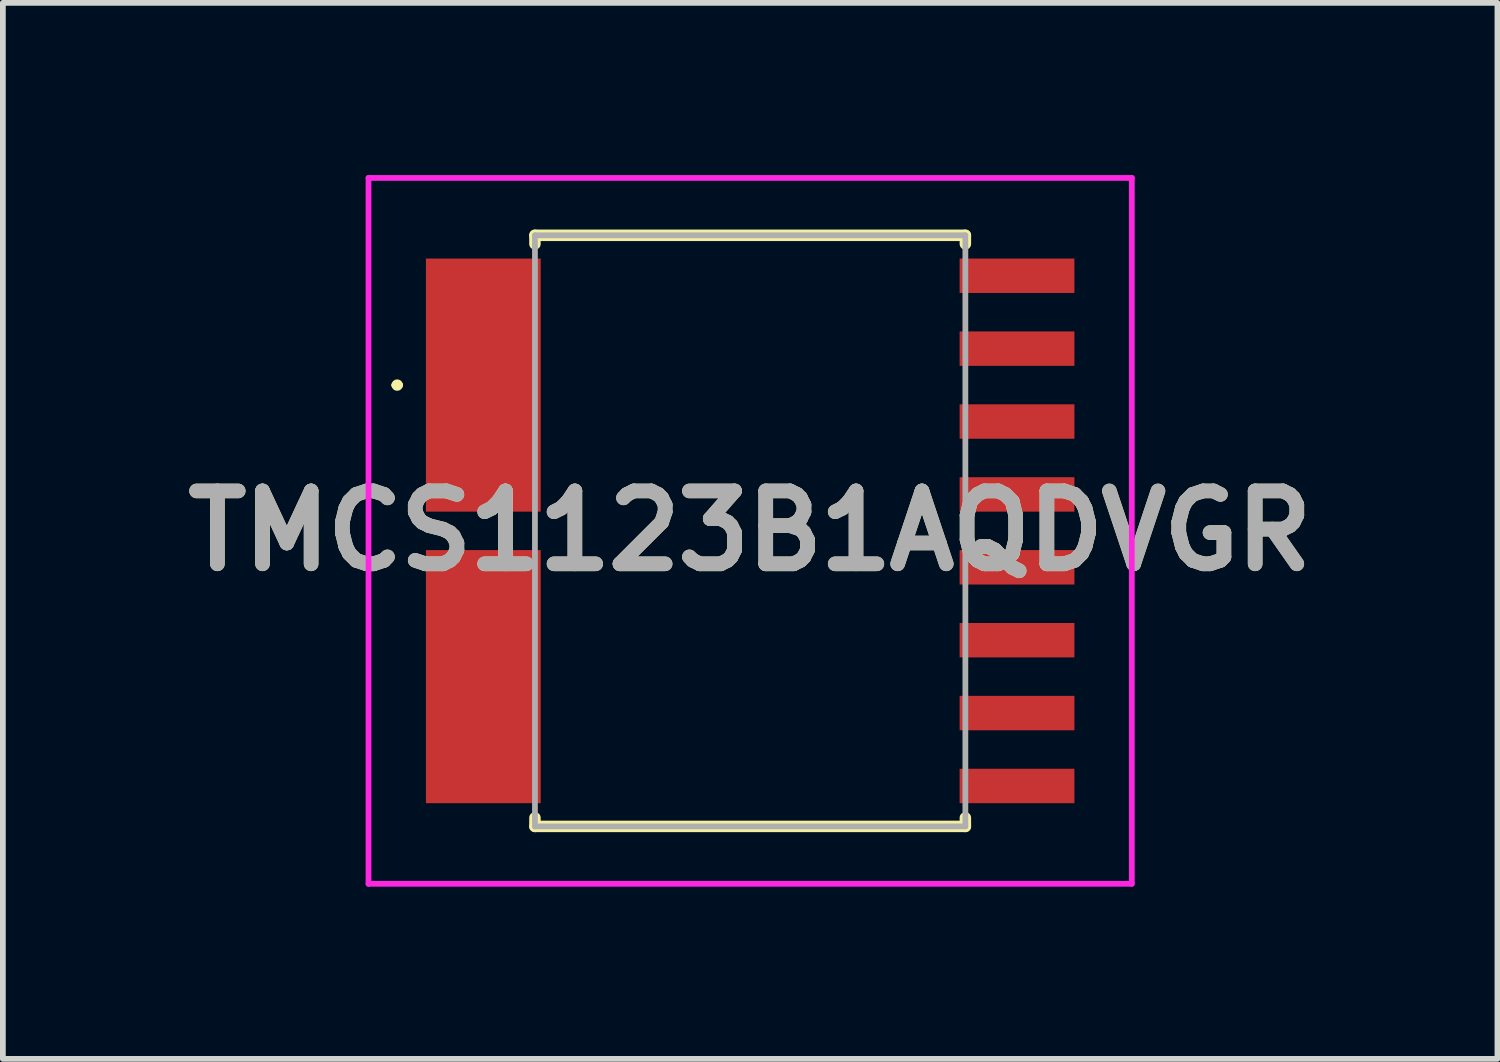
<source format=kicad_pcb>
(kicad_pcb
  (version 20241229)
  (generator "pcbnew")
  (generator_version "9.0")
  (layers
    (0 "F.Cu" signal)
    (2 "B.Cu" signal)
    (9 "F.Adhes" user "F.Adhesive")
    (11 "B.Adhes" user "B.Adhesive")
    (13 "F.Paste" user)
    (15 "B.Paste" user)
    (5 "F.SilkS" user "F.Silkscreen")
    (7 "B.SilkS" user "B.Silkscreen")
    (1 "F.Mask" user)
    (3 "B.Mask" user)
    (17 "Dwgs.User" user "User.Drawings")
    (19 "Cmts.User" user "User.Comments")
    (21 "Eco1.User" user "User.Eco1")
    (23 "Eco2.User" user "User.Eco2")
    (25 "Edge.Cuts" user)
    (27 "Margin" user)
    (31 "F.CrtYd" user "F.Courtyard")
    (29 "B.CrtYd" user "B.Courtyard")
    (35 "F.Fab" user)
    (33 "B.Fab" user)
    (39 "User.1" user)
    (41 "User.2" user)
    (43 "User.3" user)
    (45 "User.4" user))
  (footprint "TMCS1123B1AQDVGR"
    (layer "F.Cu")
    (at 10.021 6.2)
    (property "Reference" "TMCS1123B1AQDVGR" (at 0 0 0) (layer "F.SilkS") (effects (font (size 1.27 1.27) (thickness 0.254))))
    (attr smd)
    (fp_line (start -6.2 -2.54) (end -6.2 -2.54) (stroke (width 0.1) (type solid)) (layer "F.SilkS"))
    (fp_line (start -6.1 -2.54) (end -6.1 -2.54) (stroke (width 0.1) (type solid)) (layer "F.SilkS"))
    (fp_line (start -3.75 -5.15) (end 3.75 -5.15) (stroke (width 0.2) (type solid)) (layer "F.SilkS"))
    (fp_line (start -3.75 -5) (end -3.75 -5.15) (stroke (width 0.2) (type solid)) (layer "F.SilkS"))
    (fp_line (start -3.75 5.15) (end -3.75 5) (stroke (width 0.2) (type solid)) (layer "F.SilkS"))
    (fp_line (start 3.75 -5.15) (end 3.75 -5) (stroke (width 0.2) (type solid)) (layer "F.SilkS"))
    (fp_line (start 3.75 5) (end 3.75 5.15) (stroke (width 0.2) (type solid)) (layer "F.SilkS"))
    (fp_line (start 3.75 5.15) (end -3.75 5.15) (stroke (width 0.2) (type solid)) (layer "F.SilkS"))
    (fp_arc (start -6.2 -2.54) (mid -6.15 -2.59) (end -6.1 -2.54) (stroke (width 0.1) (type solid)) (layer "F.SilkS"))
    (fp_arc (start -6.1 -2.54) (mid -6.15 -2.49) (end -6.2 -2.54) (stroke (width 0.1) (type solid)) (layer "F.SilkS"))
    (fp_line (start -6.65 -6.15) (end 6.65 -6.15) (stroke (width 0.1) (type solid)) (layer "F.CrtYd"))
    (fp_line (start -6.65 6.15) (end -6.65 -6.15) (stroke (width 0.1) (type solid)) (layer "F.CrtYd"))
    (fp_line (start 6.65 -6.15) (end 6.65 6.15) (stroke (width 0.1) (type solid)) (layer "F.CrtYd"))
    (fp_line (start 6.65 6.15) (end -6.65 6.15) (stroke (width 0.1) (type solid)) (layer "F.CrtYd"))
    (fp_line (start -3.75 -5.15) (end -3.75 5.15) (stroke (width 0.1) (type solid)) (layer "F.Fab"))
    (fp_line (start -3.75 5.15) (end 3.75 5.15) (stroke (width 0.1) (type solid)) (layer "F.Fab"))
    (fp_line (start 3.75 -5.15) (end -3.75 -5.15) (stroke (width 0.1) (type solid)) (layer "F.Fab"))
    (fp_line (start 3.75 5.15) (end 3.75 -5.15) (stroke (width 0.1) (type solid)) (layer "F.Fab"))
    (fp_text user "${REFERENCE}" (at 0 0 0) (layer "F.Fab") (effects (font (size 1.27 1.27) (thickness 0.254))))
    (pad "1" smd rect (at -4.65 -2.54) (size 2 4.41) (layers "F.Cu" "F.Mask" "F.Paste"))
    (pad "2" smd rect (at -4.65 2.54) (size 2 4.41) (layers "F.Cu" "F.Mask" "F.Paste"))
    (pad "3" smd rect (at 4.65 4.445 90) (size 0.6 2) (layers "F.Cu" "F.Mask" "F.Paste"))
    (pad "4" smd rect (at 4.65 3.175 90) (size 0.6 2) (layers "F.Cu" "F.Mask" "F.Paste"))
    (pad "5" smd rect (at 4.65 1.905 90) (size 0.6 2) (layers "F.Cu" "F.Mask" "F.Paste"))
    (pad "6" smd rect (at 4.65 0.635 90) (size 0.6 2) (layers "F.Cu" "F.Mask" "F.Paste"))
    (pad "7" smd rect (at 4.65 -0.635 90) (size 0.6 2) (layers "F.Cu" "F.Mask" "F.Paste"))
    (pad "8" smd rect (at 4.65 -1.905 90) (size 0.6 2) (layers "F.Cu" "F.Mask" "F.Paste"))
    (pad "9" smd rect (at 4.65 -3.175 90) (size 0.6 2) (layers "F.Cu" "F.Mask" "F.Paste"))
    (pad "10" smd rect (at 4.65 -4.445 90) (size 0.6 2) (layers "F.Cu" "F.Mask" "F.Paste")))
  (gr_rect
    (start -3 -3)
    (end 23.042 15.4)
    (stroke (width 0.1) (type default))
    (fill no)
    (layer "Edge.Cuts")))
</source>
